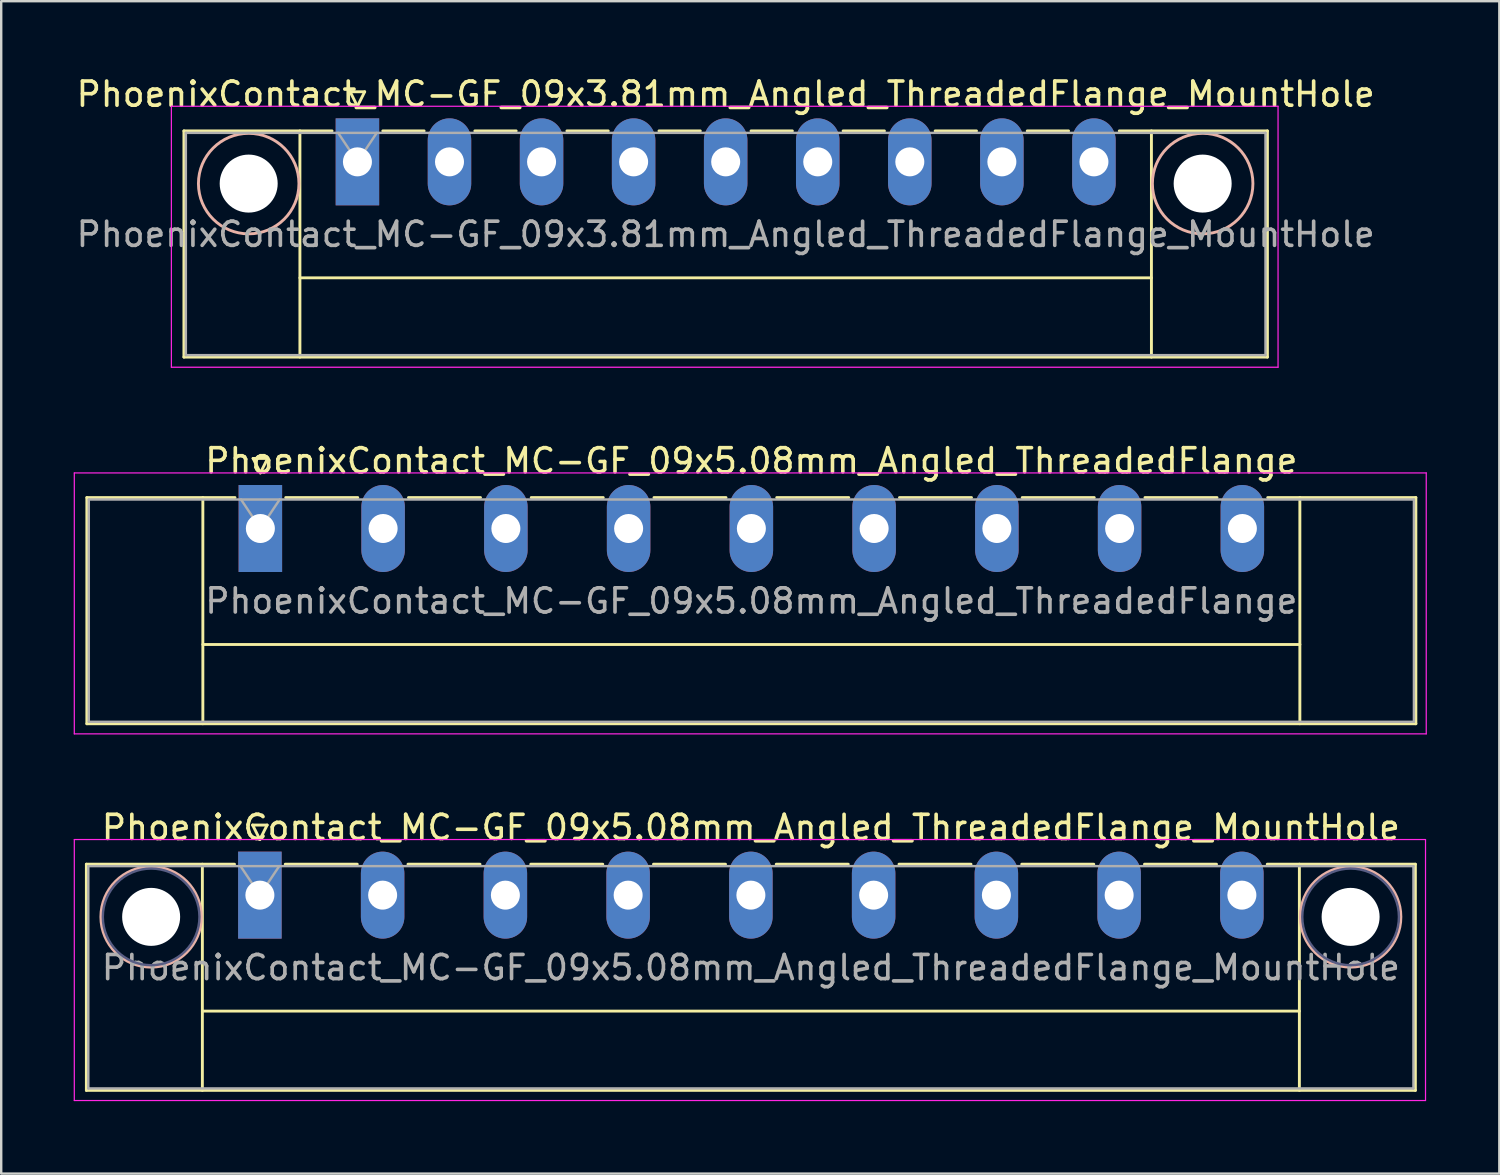
<source format=kicad_pcb>
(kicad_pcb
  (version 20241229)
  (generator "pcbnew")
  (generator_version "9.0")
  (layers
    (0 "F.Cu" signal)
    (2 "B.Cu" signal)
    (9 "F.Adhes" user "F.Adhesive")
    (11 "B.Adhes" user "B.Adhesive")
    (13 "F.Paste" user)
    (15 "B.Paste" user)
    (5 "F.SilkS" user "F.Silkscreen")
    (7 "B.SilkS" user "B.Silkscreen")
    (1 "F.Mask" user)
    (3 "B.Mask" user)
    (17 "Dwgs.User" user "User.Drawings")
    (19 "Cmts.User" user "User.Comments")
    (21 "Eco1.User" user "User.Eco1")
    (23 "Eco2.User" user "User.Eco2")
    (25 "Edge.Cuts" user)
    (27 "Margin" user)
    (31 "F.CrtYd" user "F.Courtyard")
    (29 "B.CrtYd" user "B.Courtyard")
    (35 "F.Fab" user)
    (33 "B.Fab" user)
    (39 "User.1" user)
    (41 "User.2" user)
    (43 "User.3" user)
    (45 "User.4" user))
  (footprint "PhoenixContact_MC-GF_09x5.08mm_Angled_ThreadedFlange_MountHole"
    (layer "F.Cu")
    (at 7.705 33.995)
    (property "Reference" "PhoenixContact_MC-GF_09x5.08mm_Angled_ThreadedFlange_MountHole" (at 20.32 -2.8 0) (layer "F.SilkS") (effects (font (size 1 1) (thickness 0.15))))
    (attr through_hole)
    (fp_line (start -7.18 -1.28) (end -7.18 8.08) (stroke (width 0.12) (type solid)) (layer "F.SilkS"))
    (fp_line (start -7.18 -1.28) (end -1.05 -1.28) (stroke (width 0.12) (type solid)) (layer "F.SilkS"))
    (fp_line (start -7.18 8.08) (end 47.82 8.08) (stroke (width 0.12) (type solid)) (layer "F.SilkS"))
    (fp_line (start -2.38 -1.28) (end -2.38 8.08) (stroke (width 0.12) (type solid)) (layer "F.SilkS"))
    (fp_line (start -2.38 4.8) (end 43.02 4.8) (stroke (width 0.12) (type solid)) (layer "F.SilkS"))
    (fp_line (start -0.3 -2.9) (end 0.3 -2.9) (stroke (width 0.12) (type solid)) (layer "F.SilkS"))
    (fp_line (start 0 -2.3) (end -0.3 -2.9) (stroke (width 0.12) (type solid)) (layer "F.SilkS"))
    (fp_line (start 0.3 -2.9) (end 0 -2.3) (stroke (width 0.12) (type solid)) (layer "F.SilkS"))
    (fp_line (start 1.05 -1.28) (end 4.03 -1.28) (stroke (width 0.12) (type solid)) (layer "F.SilkS"))
    (fp_line (start 6.13 -1.28) (end 9.11 -1.28) (stroke (width 0.12) (type solid)) (layer "F.SilkS"))
    (fp_line (start 11.21 -1.28) (end 14.19 -1.28) (stroke (width 0.12) (type solid)) (layer "F.SilkS"))
    (fp_line (start 16.29 -1.28) (end 19.27 -1.28) (stroke (width 0.12) (type solid)) (layer "F.SilkS"))
    (fp_line (start 21.37 -1.28) (end 24.35 -1.28) (stroke (width 0.12) (type solid)) (layer "F.SilkS"))
    (fp_line (start 26.45 -1.28) (end 29.43 -1.28) (stroke (width 0.12) (type solid)) (layer "F.SilkS"))
    (fp_line (start 31.53 -1.28) (end 34.51 -1.28) (stroke (width 0.12) (type solid)) (layer "F.SilkS"))
    (fp_line (start 36.61 -1.28) (end 39.59 -1.28) (stroke (width 0.12) (type solid)) (layer "F.SilkS"))
    (fp_line (start 43.02 -1.28) (end 43.02 8.08) (stroke (width 0.12) (type solid)) (layer "F.SilkS"))
    (fp_line (start 47.82 -1.28) (end 41.69 -1.28) (stroke (width 0.12) (type solid)) (layer "F.SilkS"))
    (fp_line (start 47.82 8.08) (end 47.82 -1.28) (stroke (width 0.12) (type solid)) (layer "F.SilkS"))
    (fp_circle (center -4.5 0.9) (end -2.42 0.9) (stroke (width 0.12) (type solid)) (fill no) (layer "B.SilkS"))
    (fp_circle (center 45.14 0.9) (end 47.22 0.9) (stroke (width 0.12) (type solid)) (fill no) (layer "B.SilkS"))
    (fp_line (start -7.68 -2.3) (end -7.68 8.5) (stroke (width 0.05) (type solid)) (layer "F.CrtYd"))
    (fp_line (start -7.68 8.5) (end 48.24 8.5) (stroke (width 0.05) (type solid)) (layer "F.CrtYd"))
    (fp_line (start 48.24 -2.3) (end -7.68 -2.3) (stroke (width 0.05) (type solid)) (layer "F.CrtYd"))
    (fp_line (start 48.24 8.5) (end 48.24 -2.3) (stroke (width 0.05) (type solid)) (layer "F.CrtYd"))
    (fp_circle (center -4.5 0.9) (end -2.5 0.9) (stroke (width 0.1) (type solid)) (fill no) (layer "B.Fab"))
    (fp_circle (center 45.14 0.9) (end 47.14 0.9) (stroke (width 0.1) (type solid)) (fill no) (layer "B.Fab"))
    (fp_line (start -7.1 -1.2) (end -7.1 8) (stroke (width 0.1) (type solid)) (layer "F.Fab"))
    (fp_line (start -7.1 8) (end 47.74 8) (stroke (width 0.1) (type solid)) (layer "F.Fab"))
    (fp_line (start 0 0) (end -0.8 -1.2) (stroke (width 0.1) (type solid)) (layer "F.Fab"))
    (fp_line (start 0.8 -1.2) (end 0 0) (stroke (width 0.1) (type solid)) (layer "F.Fab"))
    (fp_line (start 47.74 -1.2) (end -7.1 -1.2) (stroke (width 0.1) (type solid)) (layer "F.Fab"))
    (fp_line (start 47.74 8) (end 47.74 -1.2) (stroke (width 0.1) (type solid)) (layer "F.Fab"))
    (fp_text user "${REFERENCE}" (at 20.32 3 0) (layer "F.Fab") (effects (font (size 1 1) (thickness 0.15))))
    (pad "" np_thru_hole circle (at -4.5 0.9) (size 2.4 2.4) (drill 2.4) (layers "*.Cu" "*.Mask"))
    (pad "" np_thru_hole circle (at 45.14 0.9) (size 2.4 2.4) (drill 2.4) (layers "*.Cu" "*.Mask"))
    (pad "1" thru_hole rect (at 0 0) (size 1.8 3.6) (drill 1.2) (layers "*.Cu" "*.Mask"))
    (pad "2" thru_hole oval (at 5.08 0) (size 1.8 3.6) (drill 1.2) (layers "*.Cu" "*.Mask"))
    (pad "3" thru_hole oval (at 10.16 0) (size 1.8 3.6) (drill 1.2) (layers "*.Cu" "*.Mask"))
    (pad "4" thru_hole oval (at 15.24 0) (size 1.8 3.6) (drill 1.2) (layers "*.Cu" "*.Mask"))
    (pad "5" thru_hole oval (at 20.32 0) (size 1.8 3.6) (drill 1.2) (layers "*.Cu" "*.Mask"))
    (pad "6" thru_hole oval (at 25.4 0) (size 1.8 3.6) (drill 1.2) (layers "*.Cu" "*.Mask"))
    (pad "7" thru_hole oval (at 30.48 0) (size 1.8 3.6) (drill 1.2) (layers "*.Cu" "*.Mask"))
    (pad "8" thru_hole oval (at 35.56 0) (size 1.8 3.6) (drill 1.2) (layers "*.Cu" "*.Mask"))
    (pad "9" thru_hole oval (at 40.64 0) (size 1.8 3.6) (drill 1.2) (layers "*.Cu" "*.Mask")))
  (footprint "PhoenixContact_MC-GF_09x5.08mm_Angled_ThreadedFlange"
    (layer "F.Cu")
    (at 7.725 18.822)
    (property "Reference" "PhoenixContact_MC-GF_09x5.08mm_Angled_ThreadedFlange" (at 20.32 -2.8 0) (layer "F.SilkS") (effects (font (size 1 1) (thickness 0.15))))
    (attr through_hole)
    (fp_line (start -7.18 -1.28) (end -7.18 8.08) (stroke (width 0.12) (type solid)) (layer "F.SilkS"))
    (fp_line (start -7.18 -1.28) (end -1.05 -1.28) (stroke (width 0.12) (type solid)) (layer "F.SilkS"))
    (fp_line (start -7.18 8.08) (end 47.82 8.08) (stroke (width 0.12) (type solid)) (layer "F.SilkS"))
    (fp_line (start -2.38 -1.28) (end -2.38 8.08) (stroke (width 0.12) (type solid)) (layer "F.SilkS"))
    (fp_line (start -2.38 4.8) (end 43.02 4.8) (stroke (width 0.12) (type solid)) (layer "F.SilkS"))
    (fp_line (start -0.3 -2.9) (end 0.3 -2.9) (stroke (width 0.12) (type solid)) (layer "F.SilkS"))
    (fp_line (start 0 -2.3) (end -0.3 -2.9) (stroke (width 0.12) (type solid)) (layer "F.SilkS"))
    (fp_line (start 0.3 -2.9) (end 0 -2.3) (stroke (width 0.12) (type solid)) (layer "F.SilkS"))
    (fp_line (start 1.05 -1.28) (end 4.03 -1.28) (stroke (width 0.12) (type solid)) (layer "F.SilkS"))
    (fp_line (start 6.13 -1.28) (end 9.11 -1.28) (stroke (width 0.12) (type solid)) (layer "F.SilkS"))
    (fp_line (start 11.21 -1.28) (end 14.19 -1.28) (stroke (width 0.12) (type solid)) (layer "F.SilkS"))
    (fp_line (start 16.29 -1.28) (end 19.27 -1.28) (stroke (width 0.12) (type solid)) (layer "F.SilkS"))
    (fp_line (start 21.37 -1.28) (end 24.35 -1.28) (stroke (width 0.12) (type solid)) (layer "F.SilkS"))
    (fp_line (start 26.45 -1.28) (end 29.43 -1.28) (stroke (width 0.12) (type solid)) (layer "F.SilkS"))
    (fp_line (start 31.53 -1.28) (end 34.51 -1.28) (stroke (width 0.12) (type solid)) (layer "F.SilkS"))
    (fp_line (start 36.61 -1.28) (end 39.59 -1.28) (stroke (width 0.12) (type solid)) (layer "F.SilkS"))
    (fp_line (start 43.02 -1.28) (end 43.02 8.08) (stroke (width 0.12) (type solid)) (layer "F.SilkS"))
    (fp_line (start 47.82 -1.28) (end 41.69 -1.28) (stroke (width 0.12) (type solid)) (layer "F.SilkS"))
    (fp_line (start 47.82 8.08) (end 47.82 -1.28) (stroke (width 0.12) (type solid)) (layer "F.SilkS"))
    (fp_line (start -7.7 -2.3) (end -7.7 8.5) (stroke (width 0.05) (type solid)) (layer "F.CrtYd"))
    (fp_line (start -7.7 8.5) (end 48.25 8.5) (stroke (width 0.05) (type solid)) (layer "F.CrtYd"))
    (fp_line (start 48.25 -2.3) (end -7.7 -2.3) (stroke (width 0.05) (type solid)) (layer "F.CrtYd"))
    (fp_line (start 48.25 8.5) (end 48.25 -2.3) (stroke (width 0.05) (type solid)) (layer "F.CrtYd"))
    (fp_line (start -7.1 -1.2) (end -7.1 8) (stroke (width 0.1) (type solid)) (layer "F.Fab"))
    (fp_line (start -7.1 8) (end 47.74 8) (stroke (width 0.1) (type solid)) (layer "F.Fab"))
    (fp_line (start 0 0) (end -0.8 -1.2) (stroke (width 0.1) (type solid)) (layer "F.Fab"))
    (fp_line (start 0.8 -1.2) (end 0 0) (stroke (width 0.1) (type solid)) (layer "F.Fab"))
    (fp_line (start 47.74 -1.2) (end -7.1 -1.2) (stroke (width 0.1) (type solid)) (layer "F.Fab"))
    (fp_line (start 47.74 8) (end 47.74 -1.2) (stroke (width 0.1) (type solid)) (layer "F.Fab"))
    (fp_text user "${REFERENCE}" (at 20.32 3 0) (layer "F.Fab") (effects (font (size 1 1) (thickness 0.15))))
    (pad "1" thru_hole rect (at 0 0) (size 1.8 3.6) (drill 1.2) (layers "*.Cu" "*.Mask"))
    (pad "2" thru_hole oval (at 5.08 0) (size 1.8 3.6) (drill 1.2) (layers "*.Cu" "*.Mask"))
    (pad "3" thru_hole oval (at 10.16 0) (size 1.8 3.6) (drill 1.2) (layers "*.Cu" "*.Mask"))
    (pad "4" thru_hole oval (at 15.24 0) (size 1.8 3.6) (drill 1.2) (layers "*.Cu" "*.Mask"))
    (pad "5" thru_hole oval (at 20.32 0) (size 1.8 3.6) (drill 1.2) (layers "*.Cu" "*.Mask"))
    (pad "6" thru_hole oval (at 25.4 0) (size 1.8 3.6) (drill 1.2) (layers "*.Cu" "*.Mask"))
    (pad "7" thru_hole oval (at 30.48 0) (size 1.8 3.6) (drill 1.2) (layers "*.Cu" "*.Mask"))
    (pad "8" thru_hole oval (at 35.56 0) (size 1.8 3.6) (drill 1.2) (layers "*.Cu" "*.Mask"))
    (pad "9" thru_hole oval (at 40.64 0) (size 1.8 3.6) (drill 1.2) (layers "*.Cu" "*.Mask")))
  (footprint "PhoenixContact_MC-GF_09x3.81mm_Angled_ThreadedFlange_MountHole"
    (layer "F.Cu")
    (at 11.742 3.648)
    (property "Reference" "PhoenixContact_MC-GF_09x3.81mm_Angled_ThreadedFlange_MountHole" (at 15.24 -2.8 0) (layer "F.SilkS") (effects (font (size 1 1) (thickness 0.15))))
    (attr through_hole)
    (fp_line (start -7.18 -1.28) (end -7.18 8.08) (stroke (width 0.12) (type solid)) (layer "F.SilkS"))
    (fp_line (start -7.18 -1.28) (end -1.05 -1.28) (stroke (width 0.12) (type solid)) (layer "F.SilkS"))
    (fp_line (start -7.18 8.08) (end 37.66 8.08) (stroke (width 0.12) (type solid)) (layer "F.SilkS"))
    (fp_line (start -2.38 -1.28) (end -2.38 8.08) (stroke (width 0.12) (type solid)) (layer "F.SilkS"))
    (fp_line (start -2.38 4.8) (end 32.86 4.8) (stroke (width 0.12) (type solid)) (layer "F.SilkS"))
    (fp_line (start -0.3 -2.9) (end 0.3 -2.9) (stroke (width 0.12) (type solid)) (layer "F.SilkS"))
    (fp_line (start 0 -2.3) (end -0.3 -2.9) (stroke (width 0.12) (type solid)) (layer "F.SilkS"))
    (fp_line (start 0.3 -2.9) (end 0 -2.3) (stroke (width 0.12) (type solid)) (layer "F.SilkS"))
    (fp_line (start 1.05 -1.28) (end 2.76 -1.28) (stroke (width 0.12) (type solid)) (layer "F.SilkS"))
    (fp_line (start 4.86 -1.28) (end 6.57 -1.28) (stroke (width 0.12) (type solid)) (layer "F.SilkS"))
    (fp_line (start 8.67 -1.28) (end 10.38 -1.28) (stroke (width 0.12) (type solid)) (layer "F.SilkS"))
    (fp_line (start 12.48 -1.28) (end 14.19 -1.28) (stroke (width 0.12) (type solid)) (layer "F.SilkS"))
    (fp_line (start 16.29 -1.28) (end 18 -1.28) (stroke (width 0.12) (type solid)) (layer "F.SilkS"))
    (fp_line (start 20.1 -1.28) (end 21.81 -1.28) (stroke (width 0.12) (type solid)) (layer "F.SilkS"))
    (fp_line (start 23.91 -1.28) (end 25.62 -1.28) (stroke (width 0.12) (type solid)) (layer "F.SilkS"))
    (fp_line (start 27.72 -1.28) (end 29.43 -1.28) (stroke (width 0.12) (type solid)) (layer "F.SilkS"))
    (fp_line (start 32.86 -1.28) (end 32.86 8.08) (stroke (width 0.12) (type solid)) (layer "F.SilkS"))
    (fp_line (start 37.66 -1.28) (end 31.53 -1.28) (stroke (width 0.12) (type solid)) (layer "F.SilkS"))
    (fp_line (start 37.66 8.08) (end 37.66 -1.28) (stroke (width 0.12) (type solid)) (layer "F.SilkS"))
    (fp_circle (center -4.5 0.9) (end -2.42 0.9) (stroke (width 0.12) (type solid)) (fill no) (layer "B.SilkS"))
    (fp_circle (center 34.98 0.9) (end 37.06 0.9) (stroke (width 0.12) (type solid)) (fill no) (layer "B.SilkS"))
    (fp_line (start -7.7 -2.3) (end -7.7 8.5) (stroke (width 0.05) (type solid)) (layer "F.CrtYd"))
    (fp_line (start -7.7 8.5) (end 38.1 8.5) (stroke (width 0.05) (type solid)) (layer "F.CrtYd"))
    (fp_line (start 38.1 -2.3) (end -7.7 -2.3) (stroke (width 0.05) (type solid)) (layer "F.CrtYd"))
    (fp_line (start 38.1 8.5) (end 38.1 -2.3) (stroke (width 0.05) (type solid)) (layer "F.CrtYd"))
    (fp_line (start -7.1 -1.2) (end -7.1 8) (stroke (width 0.1) (type solid)) (layer "F.Fab"))
    (fp_line (start -7.1 8) (end 37.58 8) (stroke (width 0.1) (type solid)) (layer "F.Fab"))
    (fp_line (start 0 0) (end -0.8 -1.2) (stroke (width 0.1) (type solid)) (layer "F.Fab"))
    (fp_line (start 0.8 -1.2) (end 0 0) (stroke (width 0.1) (type solid)) (layer "F.Fab"))
    (fp_line (start 37.58 -1.2) (end -7.1 -1.2) (stroke (width 0.1) (type solid)) (layer "F.Fab"))
    (fp_line (start 37.58 8) (end 37.58 -1.2) (stroke (width 0.1) (type solid)) (layer "F.Fab"))
    (fp_text user "${REFERENCE}" (at 15.24 3 0) (layer "F.Fab") (effects (font (size 1 1) (thickness 0.15))))
    (pad "" np_thru_hole circle (at -4.5 0.9) (size 2.4 2.4) (drill 2.4) (layers "*.Cu" "*.Mask"))
    (pad "" np_thru_hole circle (at 34.98 0.9) (size 2.4 2.4) (drill 2.4) (layers "*.Cu" "*.Mask"))
    (pad "1" thru_hole rect (at 0 0) (size 1.8 3.6) (drill 1.2) (layers "*.Cu" "*.Mask"))
    (pad "2" thru_hole oval (at 3.81 0) (size 1.8 3.6) (drill 1.2) (layers "*.Cu" "*.Mask"))
    (pad "3" thru_hole oval (at 7.62 0) (size 1.8 3.6) (drill 1.2) (layers "*.Cu" "*.Mask"))
    (pad "4" thru_hole oval (at 11.43 0) (size 1.8 3.6) (drill 1.2) (layers "*.Cu" "*.Mask"))
    (pad "5" thru_hole oval (at 15.24 0) (size 1.8 3.6) (drill 1.2) (layers "*.Cu" "*.Mask"))
    (pad "6" thru_hole oval (at 19.05 0) (size 1.8 3.6) (drill 1.2) (layers "*.Cu" "*.Mask"))
    (pad "7" thru_hole oval (at 22.86 0) (size 1.8 3.6) (drill 1.2) (layers "*.Cu" "*.Mask"))
    (pad "8" thru_hole oval (at 26.67 0) (size 1.8 3.6) (drill 1.2) (layers "*.Cu" "*.Mask"))
    (pad "9" thru_hole oval (at 30.48 0) (size 1.8 3.6) (drill 1.2) (layers "*.Cu" "*.Mask")))
  (gr_rect
    (start -3 -3)
    (end 59 45.52)
    (stroke (width 0.1) (type default))
    (fill no)
    (layer "Edge.Cuts")))
</source>
